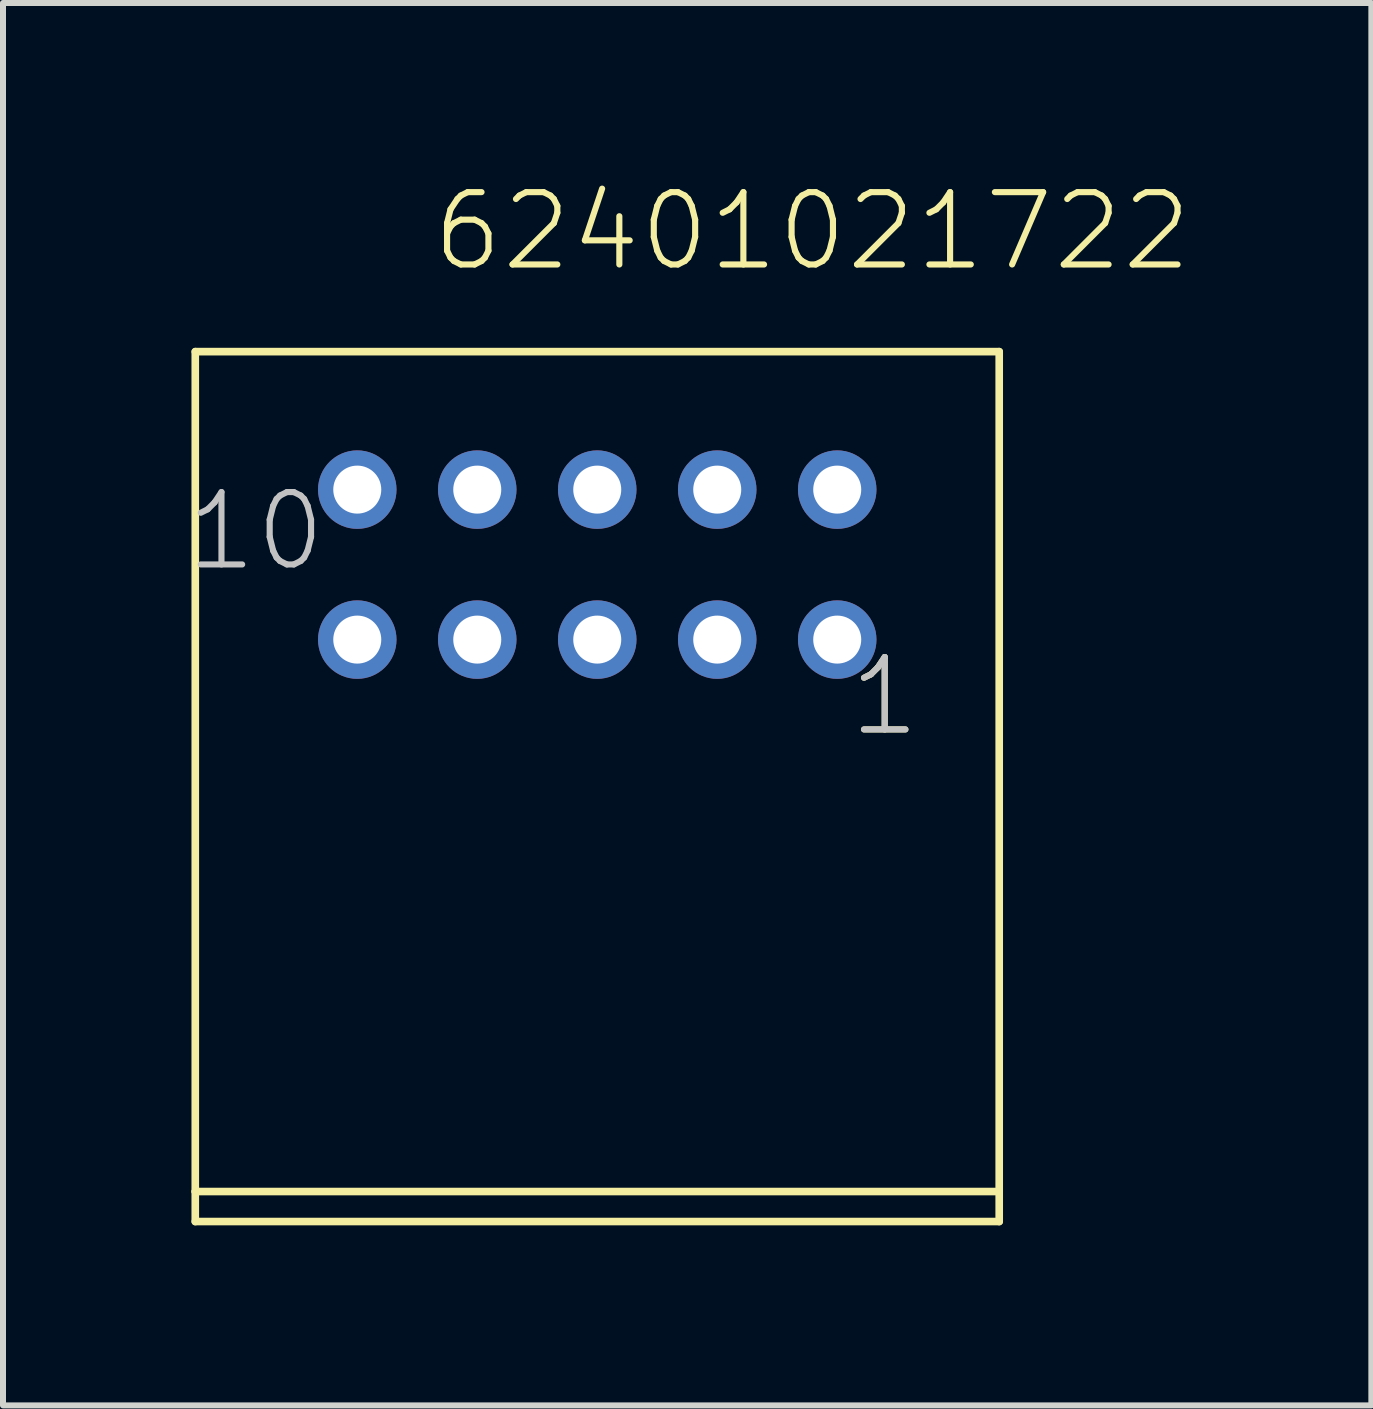
<source format=kicad_pcb>
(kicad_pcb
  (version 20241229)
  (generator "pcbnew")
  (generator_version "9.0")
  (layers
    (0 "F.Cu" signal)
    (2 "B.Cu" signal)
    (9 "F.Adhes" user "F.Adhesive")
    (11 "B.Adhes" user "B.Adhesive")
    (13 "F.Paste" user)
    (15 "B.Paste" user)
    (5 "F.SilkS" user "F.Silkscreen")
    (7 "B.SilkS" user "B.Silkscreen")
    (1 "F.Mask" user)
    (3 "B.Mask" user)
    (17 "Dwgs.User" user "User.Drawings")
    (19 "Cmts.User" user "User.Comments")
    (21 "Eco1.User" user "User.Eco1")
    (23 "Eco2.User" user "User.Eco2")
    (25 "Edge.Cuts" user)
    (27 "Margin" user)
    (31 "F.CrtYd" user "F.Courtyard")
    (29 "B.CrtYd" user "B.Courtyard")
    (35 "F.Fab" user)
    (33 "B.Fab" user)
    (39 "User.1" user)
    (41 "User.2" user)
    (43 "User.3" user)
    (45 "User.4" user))
  (footprint "62401021722"
    (layer "F.Cu")
    (at 6.905 6.361)
    (property "Reference" "62401021722" (at -2.8 -4.85 0) (layer "F.SilkS") (effects (font (size 1.206 1.206) (thickness 0.102)) (justify left bottom)))
    (attr through_hole)
    (fp_line (start -6.7 -3.55) (end -6.7 10.45) (stroke (width 0.127) (type solid)) (layer "F.SilkS"))
    (fp_line (start -6.7 10.45) (end -6.7 10.95) (stroke (width 0.127) (type solid)) (layer "F.SilkS"))
    (fp_line (start -6.7 10.45) (end 6.7 10.45) (stroke (width 0.127) (type solid)) (layer "F.SilkS"))
    (fp_line (start -6.7 10.95) (end 6.7 10.95) (stroke (width 0.127) (type solid)) (layer "F.SilkS"))
    (fp_line (start 6.7 -3.55) (end -6.7 -3.55) (stroke (width 0.127) (type solid)) (layer "F.SilkS"))
    (fp_line (start 6.7 10.45) (end 6.7 -3.55) (stroke (width 0.127) (type solid)) (layer "F.SilkS"))
    (fp_line (start 6.7 10.95) (end 6.7 10.45) (stroke (width 0.127) (type solid)) (layer "F.SilkS"))
    (fp_text user "1" (at 4.15 2.9 0) (layer "F.SilkS") (effects (font (size 1.206 1.206) (thickness 0.102)) (justify left bottom)))
    (fp_text user "10" (at -6.905 0.15 0) (layer "Dwgs.User") (effects (font (size 1.206 1.206) (thickness 0.102)) (justify left bottom)))
    (fp_text user "1" (at 4.15 2.9 0) (layer "Dwgs.User") (effects (font (size 1.206 1.206) (thickness 0.102)) (justify left bottom)))
    (pad "1" thru_hole circle (at 4 1.25 180) (size 1.308 1.308) (drill 0.8) (layers "*.Cu" "*.Mask"))
    (pad "2" thru_hole circle (at 4 -1.25 180) (size 1.308 1.308) (drill 0.8) (layers "*.Cu" "*.Mask"))
    (pad "3" thru_hole circle (at 2 1.25 180) (size 1.308 1.308) (drill 0.8) (layers "*.Cu" "*.Mask"))
    (pad "4" thru_hole circle (at 2 -1.25 180) (size 1.308 1.308) (drill 0.8) (layers "*.Cu" "*.Mask"))
    (pad "5" thru_hole circle (at 0 1.25 180) (size 1.308 1.308) (drill 0.8) (layers "*.Cu" "*.Mask"))
    (pad "6" thru_hole circle (at 0 -1.25 180) (size 1.308 1.308) (drill 0.8) (layers "*.Cu" "*.Mask"))
    (pad "7" thru_hole circle (at -2 1.25 180) (size 1.308 1.308) (drill 0.8) (layers "*.Cu" "*.Mask"))
    (pad "8" thru_hole circle (at -2 -1.25 180) (size 1.308 1.308) (drill 0.8) (layers "*.Cu" "*.Mask"))
    (pad "9" thru_hole circle (at -4 1.25 180) (size 1.308 1.308) (drill 0.8) (layers "*.Cu" "*.Mask"))
    (pad "10" thru_hole circle (at -4 -1.25 180) (size 1.308 1.308) (drill 0.8) (layers "*.Cu" "*.Mask")))
  (gr_rect
    (start -3 -3)
    (end 19.808 20.375)
    (stroke (width 0.1) (type default))
    (fill no)
    (layer "Edge.Cuts")))
</source>
